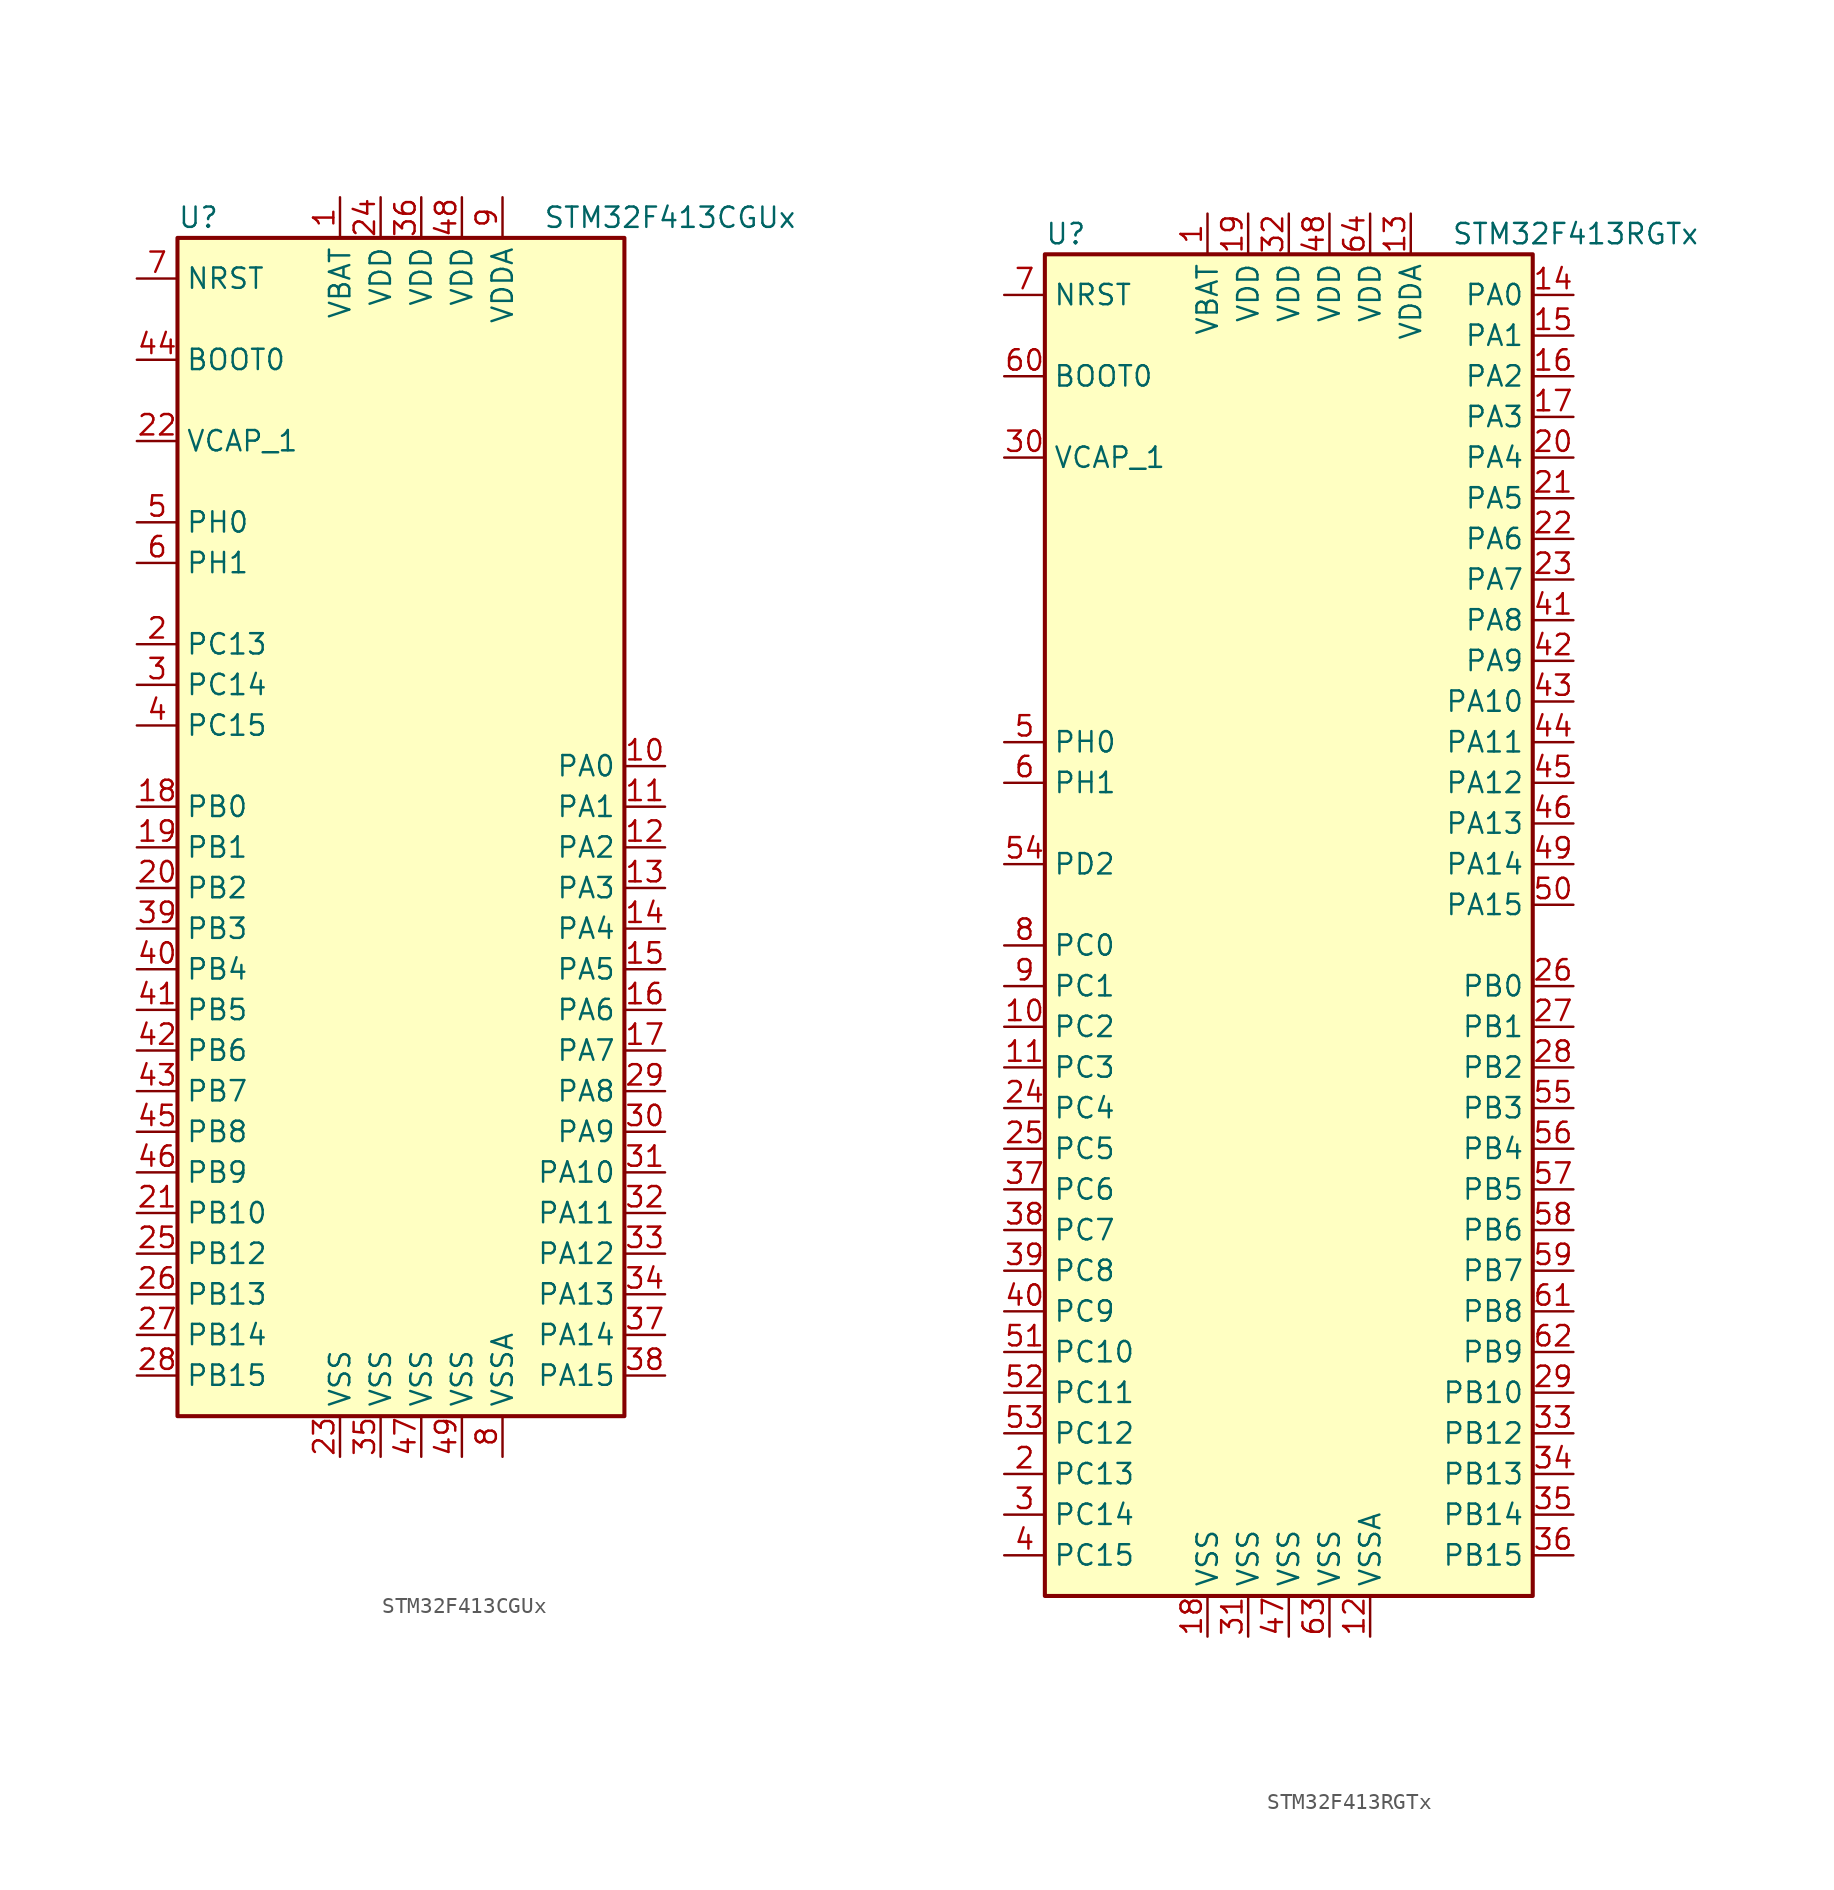
<source format=kicad_sym>
(kicad_symbol_lib
  (version 20211014)
  (generator kicad_symbol_editor)
  (symbol "STM32F413CGUx"
    (property "Reference" "U"
      (at -15.24 36.83 0)
      (effects (font (size 1.27 1.27)) (justify left)))
    (property "Value" "STM32F413CGUx"
      (at 7.62 36.83 0)
      (effects (font (size 1.27 1.27)) (justify left)))
    (symbol "STM32F413CGUx_0_1"
      (rectangle (start -15.24 -38.1) (end 12.7 35.56) (stroke (width 0.254) (type default) (color 0 0 0 0)) (fill (type background))))
    (symbol "STM32F413CGUx_1_1"
      (pin power_in line (at -5.08 38.1 270) (length 2.54) (name "VBAT" (effects (font (size 1.27 1.27)))) (number "1" (effects (font (size 1.27 1.27)))))
      (pin bidirectional line (at 15.24 2.54 180) (length 2.54) (name "PA0" (effects (font (size 1.27 1.27)))) (number "10" (effects (font (size 1.27 1.27)))))
      (pin bidirectional line (at 15.24 0 180) (length 2.54) (name "PA1" (effects (font (size 1.27 1.27)))) (number "11" (effects (font (size 1.27 1.27)))))
      (pin bidirectional line (at 15.24 -2.54 180) (length 2.54) (name "PA2" (effects (font (size 1.27 1.27)))) (number "12" (effects (font (size 1.27 1.27)))))
      (pin bidirectional line (at 15.24 -5.08 180) (length 2.54) (name "PA3" (effects (font (size 1.27 1.27)))) (number "13" (effects (font (size 1.27 1.27)))))
      (pin bidirectional line (at 15.24 -7.62 180) (length 2.54) (name "PA4" (effects (font (size 1.27 1.27)))) (number "14" (effects (font (size 1.27 1.27)))))
      (pin bidirectional line (at 15.24 -10.16 180) (length 2.54) (name "PA5" (effects (font (size 1.27 1.27)))) (number "15" (effects (font (size 1.27 1.27)))))
      (pin bidirectional line (at 15.24 -12.7 180) (length 2.54) (name "PA6" (effects (font (size 1.27 1.27)))) (number "16" (effects (font (size 1.27 1.27)))))
      (pin bidirectional line (at 15.24 -15.24 180) (length 2.54) (name "PA7" (effects (font (size 1.27 1.27)))) (number "17" (effects (font (size 1.27 1.27)))))
      (pin bidirectional line (at -17.78 0 0) (length 2.54) (name "PB0" (effects (font (size 1.27 1.27)))) (number "18" (effects (font (size 1.27 1.27)))))
      (pin bidirectional line (at -17.78 -2.54 0) (length 2.54) (name "PB1" (effects (font (size 1.27 1.27)))) (number "19" (effects (font (size 1.27 1.27)))))
      (pin bidirectional line (at -17.78 10.16 0) (length 2.54) (name "PC13" (effects (font (size 1.27 1.27)))) (number "2" (effects (font (size 1.27 1.27)))))
      (pin bidirectional line (at -17.78 -5.08 0) (length 2.54) (name "PB2" (effects (font (size 1.27 1.27)))) (number "20" (effects (font (size 1.27 1.27)))))
      (pin bidirectional line (at -17.78 -25.4 0) (length 2.54) (name "PB10" (effects (font (size 1.27 1.27)))) (number "21" (effects (font (size 1.27 1.27)))))
      (pin power_in line (at -17.78 22.86 0) (length 2.54) (name "VCAP_1" (effects (font (size 1.27 1.27)))) (number "22" (effects (font (size 1.27 1.27)))))
      (pin power_in line (at -5.08 -40.64 90) (length 2.54) (name "VSS" (effects (font (size 1.27 1.27)))) (number "23" (effects (font (size 1.27 1.27)))))
      (pin power_in line (at -2.54 38.1 270) (length 2.54) (name "VDD" (effects (font (size 1.27 1.27)))) (number "24" (effects (font (size 1.27 1.27)))))
      (pin bidirectional line (at -17.78 -27.94 0) (length 2.54) (name "PB12" (effects (font (size 1.27 1.27)))) (number "25" (effects (font (size 1.27 1.27)))))
      (pin bidirectional line (at -17.78 -30.48 0) (length 2.54) (name "PB13" (effects (font (size 1.27 1.27)))) (number "26" (effects (font (size 1.27 1.27)))))
      (pin bidirectional line (at -17.78 -33.02 0) (length 2.54) (name "PB14" (effects (font (size 1.27 1.27)))) (number "27" (effects (font (size 1.27 1.27)))))
      (pin bidirectional line (at -17.78 -35.56 0) (length 2.54) (name "PB15" (effects (font (size 1.27 1.27)))) (number "28" (effects (font (size 1.27 1.27)))))
      (pin bidirectional line (at 15.24 -17.78 180) (length 2.54) (name "PA8" (effects (font (size 1.27 1.27)))) (number "29" (effects (font (size 1.27 1.27)))))
      (pin bidirectional line (at -17.78 7.62 0) (length 2.54) (name "PC14" (effects (font (size 1.27 1.27)))) (number "3" (effects (font (size 1.27 1.27)))))
      (pin bidirectional line (at 15.24 -20.32 180) (length 2.54) (name "PA9" (effects (font (size 1.27 1.27)))) (number "30" (effects (font (size 1.27 1.27)))))
      (pin bidirectional line (at 15.24 -22.86 180) (length 2.54) (name "PA10" (effects (font (size 1.27 1.27)))) (number "31" (effects (font (size 1.27 1.27)))))
      (pin bidirectional line (at 15.24 -25.4 180) (length 2.54) (name "PA11" (effects (font (size 1.27 1.27)))) (number "32" (effects (font (size 1.27 1.27)))))
      (pin bidirectional line (at 15.24 -27.94 180) (length 2.54) (name "PA12" (effects (font (size 1.27 1.27)))) (number "33" (effects (font (size 1.27 1.27)))))
      (pin bidirectional line (at 15.24 -30.48 180) (length 2.54) (name "PA13" (effects (font (size 1.27 1.27)))) (number "34" (effects (font (size 1.27 1.27)))))
      (pin power_in line (at -2.54 -40.64 90) (length 2.54) (name "VSS" (effects (font (size 1.27 1.27)))) (number "35" (effects (font (size 1.27 1.27)))))
      (pin power_in line (at 0 38.1 270) (length 2.54) (name "VDD" (effects (font (size 1.27 1.27)))) (number "36" (effects (font (size 1.27 1.27)))))
      (pin bidirectional line (at 15.24 -33.02 180) (length 2.54) (name "PA14" (effects (font (size 1.27 1.27)))) (number "37" (effects (font (size 1.27 1.27)))))
      (pin bidirectional line (at 15.24 -35.56 180) (length 2.54) (name "PA15" (effects (font (size 1.27 1.27)))) (number "38" (effects (font (size 1.27 1.27)))))
      (pin bidirectional line (at -17.78 -7.62 0) (length 2.54) (name "PB3" (effects (font (size 1.27 1.27)))) (number "39" (effects (font (size 1.27 1.27)))))
      (pin bidirectional line (at -17.78 5.08 0) (length 2.54) (name "PC15" (effects (font (size 1.27 1.27)))) (number "4" (effects (font (size 1.27 1.27)))))
      (pin bidirectional line (at -17.78 -10.16 0) (length 2.54) (name "PB4" (effects (font (size 1.27 1.27)))) (number "40" (effects (font (size 1.27 1.27)))))
      (pin bidirectional line (at -17.78 -12.7 0) (length 2.54) (name "PB5" (effects (font (size 1.27 1.27)))) (number "41" (effects (font (size 1.27 1.27)))))
      (pin bidirectional line (at -17.78 -15.24 0) (length 2.54) (name "PB6" (effects (font (size 1.27 1.27)))) (number "42" (effects (font (size 1.27 1.27)))))
      (pin bidirectional line (at -17.78 -17.78 0) (length 2.54) (name "PB7" (effects (font (size 1.27 1.27)))) (number "43" (effects (font (size 1.27 1.27)))))
      (pin input line (at -17.78 27.94 0) (length 2.54) (name "BOOT0" (effects (font (size 1.27 1.27)))) (number "44" (effects (font (size 1.27 1.27)))))
      (pin bidirectional line (at -17.78 -20.32 0) (length 2.54) (name "PB8" (effects (font (size 1.27 1.27)))) (number "45" (effects (font (size 1.27 1.27)))))
      (pin bidirectional line (at -17.78 -22.86 0) (length 2.54) (name "PB9" (effects (font (size 1.27 1.27)))) (number "46" (effects (font (size 1.27 1.27)))))
      (pin power_in line (at 0 -40.64 90) (length 2.54) (name "VSS" (effects (font (size 1.27 1.27)))) (number "47" (effects (font (size 1.27 1.27)))))
      (pin power_in line (at 2.54 38.1 270) (length 2.54) (name "VDD" (effects (font (size 1.27 1.27)))) (number "48" (effects (font (size 1.27 1.27)))))
      (pin power_in line (at 2.54 -40.64 90) (length 2.54) (name "VSS" (effects (font (size 1.27 1.27)))) (number "49" (effects (font (size 1.27 1.27)))))
      (pin input line (at -17.78 17.78 0) (length 2.54) (name "PH0" (effects (font (size 1.27 1.27)))) (number "5" (effects (font (size 1.27 1.27)))))
      (pin input line (at -17.78 15.24 0) (length 2.54) (name "PH1" (effects (font (size 1.27 1.27)))) (number "6" (effects (font (size 1.27 1.27)))))
      (pin input line (at -17.78 33.02 0) (length 2.54) (name "NRST" (effects (font (size 1.27 1.27)))) (number "7" (effects (font (size 1.27 1.27)))))
      (pin power_in line (at 5.08 -40.64 90) (length 2.54) (name "VSSA" (effects (font (size 1.27 1.27)))) (number "8" (effects (font (size 1.27 1.27)))))
      (pin power_in line (at 5.08 38.1 270) (length 2.54) (name "VDDA" (effects (font (size 1.27 1.27)))) (number "9" (effects (font (size 1.27 1.27)))))))
  (symbol "STM32F413RGTx"
    (property "Reference" "U"
      (at -15.24 41.91 0)
      (effects (font (size 1.27 1.27)) (justify left)))
    (property "Value" "STM32F413RGTx"
      (at 10.16 41.91 0)
      (effects (font (size 1.27 1.27)) (justify left)))
    (symbol "STM32F413RGTx_0_1"
      (rectangle (start -15.24 -43.18) (end 15.24 40.64) (stroke (width 0.254) (type default) (color 0 0 0 0)) (fill (type background))))
    (symbol "STM32F413RGTx_1_1"
      (pin power_in line (at -5.08 43.18 270) (length 2.54) (name "VBAT" (effects (font (size 1.27 1.27)))) (number "1" (effects (font (size 1.27 1.27)))))
      (pin bidirectional line (at -17.78 -7.62 0) (length 2.54) (name "PC2" (effects (font (size 1.27 1.27)))) (number "10" (effects (font (size 1.27 1.27)))))
      (pin bidirectional line (at -17.78 -10.16 0) (length 2.54) (name "PC3" (effects (font (size 1.27 1.27)))) (number "11" (effects (font (size 1.27 1.27)))))
      (pin power_in line (at 5.08 -45.72 90) (length 2.54) (name "VSSA" (effects (font (size 1.27 1.27)))) (number "12" (effects (font (size 1.27 1.27)))))
      (pin power_in line (at 7.62 43.18 270) (length 2.54) (name "VDDA" (effects (font (size 1.27 1.27)))) (number "13" (effects (font (size 1.27 1.27)))))
      (pin bidirectional line (at 17.78 38.1 180) (length 2.54) (name "PA0" (effects (font (size 1.27 1.27)))) (number "14" (effects (font (size 1.27 1.27)))))
      (pin bidirectional line (at 17.78 35.56 180) (length 2.54) (name "PA1" (effects (font (size 1.27 1.27)))) (number "15" (effects (font (size 1.27 1.27)))))
      (pin bidirectional line (at 17.78 33.02 180) (length 2.54) (name "PA2" (effects (font (size 1.27 1.27)))) (number "16" (effects (font (size 1.27 1.27)))))
      (pin bidirectional line (at 17.78 30.48 180) (length 2.54) (name "PA3" (effects (font (size 1.27 1.27)))) (number "17" (effects (font (size 1.27 1.27)))))
      (pin power_in line (at -5.08 -45.72 90) (length 2.54) (name "VSS" (effects (font (size 1.27 1.27)))) (number "18" (effects (font (size 1.27 1.27)))))
      (pin power_in line (at -2.54 43.18 270) (length 2.54) (name "VDD" (effects (font (size 1.27 1.27)))) (number "19" (effects (font (size 1.27 1.27)))))
      (pin bidirectional line (at -17.78 -35.56 0) (length 2.54) (name "PC13" (effects (font (size 1.27 1.27)))) (number "2" (effects (font (size 1.27 1.27)))))
      (pin bidirectional line (at 17.78 27.94 180) (length 2.54) (name "PA4" (effects (font (size 1.27 1.27)))) (number "20" (effects (font (size 1.27 1.27)))))
      (pin bidirectional line (at 17.78 25.4 180) (length 2.54) (name "PA5" (effects (font (size 1.27 1.27)))) (number "21" (effects (font (size 1.27 1.27)))))
      (pin bidirectional line (at 17.78 22.86 180) (length 2.54) (name "PA6" (effects (font (size 1.27 1.27)))) (number "22" (effects (font (size 1.27 1.27)))))
      (pin bidirectional line (at 17.78 20.32 180) (length 2.54) (name "PA7" (effects (font (size 1.27 1.27)))) (number "23" (effects (font (size 1.27 1.27)))))
      (pin bidirectional line (at -17.78 -12.7 0) (length 2.54) (name "PC4" (effects (font (size 1.27 1.27)))) (number "24" (effects (font (size 1.27 1.27)))))
      (pin bidirectional line (at -17.78 -15.24 0) (length 2.54) (name "PC5" (effects (font (size 1.27 1.27)))) (number "25" (effects (font (size 1.27 1.27)))))
      (pin bidirectional line (at 17.78 -5.08 180) (length 2.54) (name "PB0" (effects (font (size 1.27 1.27)))) (number "26" (effects (font (size 1.27 1.27)))))
      (pin bidirectional line (at 17.78 -7.62 180) (length 2.54) (name "PB1" (effects (font (size 1.27 1.27)))) (number "27" (effects (font (size 1.27 1.27)))))
      (pin bidirectional line (at 17.78 -10.16 180) (length 2.54) (name "PB2" (effects (font (size 1.27 1.27)))) (number "28" (effects (font (size 1.27 1.27)))))
      (pin bidirectional line (at 17.78 -30.48 180) (length 2.54) (name "PB10" (effects (font (size 1.27 1.27)))) (number "29" (effects (font (size 1.27 1.27)))))
      (pin bidirectional line (at -17.78 -38.1 0) (length 2.54) (name "PC14" (effects (font (size 1.27 1.27)))) (number "3" (effects (font (size 1.27 1.27)))))
      (pin power_in line (at -17.78 27.94 0) (length 2.54) (name "VCAP_1" (effects (font (size 1.27 1.27)))) (number "30" (effects (font (size 1.27 1.27)))))
      (pin power_in line (at -2.54 -45.72 90) (length 2.54) (name "VSS" (effects (font (size 1.27 1.27)))) (number "31" (effects (font (size 1.27 1.27)))))
      (pin power_in line (at 0 43.18 270) (length 2.54) (name "VDD" (effects (font (size 1.27 1.27)))) (number "32" (effects (font (size 1.27 1.27)))))
      (pin bidirectional line (at 17.78 -33.02 180) (length 2.54) (name "PB12" (effects (font (size 1.27 1.27)))) (number "33" (effects (font (size 1.27 1.27)))))
      (pin bidirectional line (at 17.78 -35.56 180) (length 2.54) (name "PB13" (effects (font (size 1.27 1.27)))) (number "34" (effects (font (size 1.27 1.27)))))
      (pin bidirectional line (at 17.78 -38.1 180) (length 2.54) (name "PB14" (effects (font (size 1.27 1.27)))) (number "35" (effects (font (size 1.27 1.27)))))
      (pin bidirectional line (at 17.78 -40.64 180) (length 2.54) (name "PB15" (effects (font (size 1.27 1.27)))) (number "36" (effects (font (size 1.27 1.27)))))
      (pin bidirectional line (at -17.78 -17.78 0) (length 2.54) (name "PC6" (effects (font (size 1.27 1.27)))) (number "37" (effects (font (size 1.27 1.27)))))
      (pin bidirectional line (at -17.78 -20.32 0) (length 2.54) (name "PC7" (effects (font (size 1.27 1.27)))) (number "38" (effects (font (size 1.27 1.27)))))
      (pin bidirectional line (at -17.78 -22.86 0) (length 2.54) (name "PC8" (effects (font (size 1.27 1.27)))) (number "39" (effects (font (size 1.27 1.27)))))
      (pin bidirectional line (at -17.78 -40.64 0) (length 2.54) (name "PC15" (effects (font (size 1.27 1.27)))) (number "4" (effects (font (size 1.27 1.27)))))
      (pin bidirectional line (at -17.78 -25.4 0) (length 2.54) (name "PC9" (effects (font (size 1.27 1.27)))) (number "40" (effects (font (size 1.27 1.27)))))
      (pin bidirectional line (at 17.78 17.78 180) (length 2.54) (name "PA8" (effects (font (size 1.27 1.27)))) (number "41" (effects (font (size 1.27 1.27)))))
      (pin bidirectional line (at 17.78 15.24 180) (length 2.54) (name "PA9" (effects (font (size 1.27 1.27)))) (number "42" (effects (font (size 1.27 1.27)))))
      (pin bidirectional line (at 17.78 12.7 180) (length 2.54) (name "PA10" (effects (font (size 1.27 1.27)))) (number "43" (effects (font (size 1.27 1.27)))))
      (pin bidirectional line (at 17.78 10.16 180) (length 2.54) (name "PA11" (effects (font (size 1.27 1.27)))) (number "44" (effects (font (size 1.27 1.27)))))
      (pin bidirectional line (at 17.78 7.62 180) (length 2.54) (name "PA12" (effects (font (size 1.27 1.27)))) (number "45" (effects (font (size 1.27 1.27)))))
      (pin bidirectional line (at 17.78 5.08 180) (length 2.54) (name "PA13" (effects (font (size 1.27 1.27)))) (number "46" (effects (font (size 1.27 1.27)))))
      (pin power_in line (at 0 -45.72 90) (length 2.54) (name "VSS" (effects (font (size 1.27 1.27)))) (number "47" (effects (font (size 1.27 1.27)))))
      (pin power_in line (at 2.54 43.18 270) (length 2.54) (name "VDD" (effects (font (size 1.27 1.27)))) (number "48" (effects (font (size 1.27 1.27)))))
      (pin bidirectional line (at 17.78 2.54 180) (length 2.54) (name "PA14" (effects (font (size 1.27 1.27)))) (number "49" (effects (font (size 1.27 1.27)))))
      (pin input line (at -17.78 10.16 0) (length 2.54) (name "PH0" (effects (font (size 1.27 1.27)))) (number "5" (effects (font (size 1.27 1.27)))))
      (pin bidirectional line (at 17.78 0 180) (length 2.54) (name "PA15" (effects (font (size 1.27 1.27)))) (number "50" (effects (font (size 1.27 1.27)))))
      (pin bidirectional line (at -17.78 -27.94 0) (length 2.54) (name "PC10" (effects (font (size 1.27 1.27)))) (number "51" (effects (font (size 1.27 1.27)))))
      (pin bidirectional line (at -17.78 -30.48 0) (length 2.54) (name "PC11" (effects (font (size 1.27 1.27)))) (number "52" (effects (font (size 1.27 1.27)))))
      (pin bidirectional line (at -17.78 -33.02 0) (length 2.54) (name "PC12" (effects (font (size 1.27 1.27)))) (number "53" (effects (font (size 1.27 1.27)))))
      (pin bidirectional line (at -17.78 2.54 0) (length 2.54) (name "PD2" (effects (font (size 1.27 1.27)))) (number "54" (effects (font (size 1.27 1.27)))))
      (pin bidirectional line (at 17.78 -12.7 180) (length 2.54) (name "PB3" (effects (font (size 1.27 1.27)))) (number "55" (effects (font (size 1.27 1.27)))))
      (pin bidirectional line (at 17.78 -15.24 180) (length 2.54) (name "PB4" (effects (font (size 1.27 1.27)))) (number "56" (effects (font (size 1.27 1.27)))))
      (pin bidirectional line (at 17.78 -17.78 180) (length 2.54) (name "PB5" (effects (font (size 1.27 1.27)))) (number "57" (effects (font (size 1.27 1.27)))))
      (pin bidirectional line (at 17.78 -20.32 180) (length 2.54) (name "PB6" (effects (font (size 1.27 1.27)))) (number "58" (effects (font (size 1.27 1.27)))))
      (pin bidirectional line (at 17.78 -22.86 180) (length 2.54) (name "PB7" (effects (font (size 1.27 1.27)))) (number "59" (effects (font (size 1.27 1.27)))))
      (pin input line (at -17.78 7.62 0) (length 2.54) (name "PH1" (effects (font (size 1.27 1.27)))) (number "6" (effects (font (size 1.27 1.27)))))
      (pin input line (at -17.78 33.02 0) (length 2.54) (name "BOOT0" (effects (font (size 1.27 1.27)))) (number "60" (effects (font (size 1.27 1.27)))))
      (pin bidirectional line (at 17.78 -25.4 180) (length 2.54) (name "PB8" (effects (font (size 1.27 1.27)))) (number "61" (effects (font (size 1.27 1.27)))))
      (pin bidirectional line (at 17.78 -27.94 180) (length 2.54) (name "PB9" (effects (font (size 1.27 1.27)))) (number "62" (effects (font (size 1.27 1.27)))))
      (pin power_in line (at 2.54 -45.72 90) (length 2.54) (name "VSS" (effects (font (size 1.27 1.27)))) (number "63" (effects (font (size 1.27 1.27)))))
      (pin power_in line (at 5.08 43.18 270) (length 2.54) (name "VDD" (effects (font (size 1.27 1.27)))) (number "64" (effects (font (size 1.27 1.27)))))
      (pin input line (at -17.78 38.1 0) (length 2.54) (name "NRST" (effects (font (size 1.27 1.27)))) (number "7" (effects (font (size 1.27 1.27)))))
      (pin bidirectional line (at -17.78 -2.54 0) (length 2.54) (name "PC0" (effects (font (size 1.27 1.27)))) (number "8" (effects (font (size 1.27 1.27)))))
      (pin bidirectional line (at -17.78 -5.08 0) (length 2.54) (name "PC1" (effects (font (size 1.27 1.27)))) (number "9" (effects (font (size 1.27 1.27))))))))
</source>
